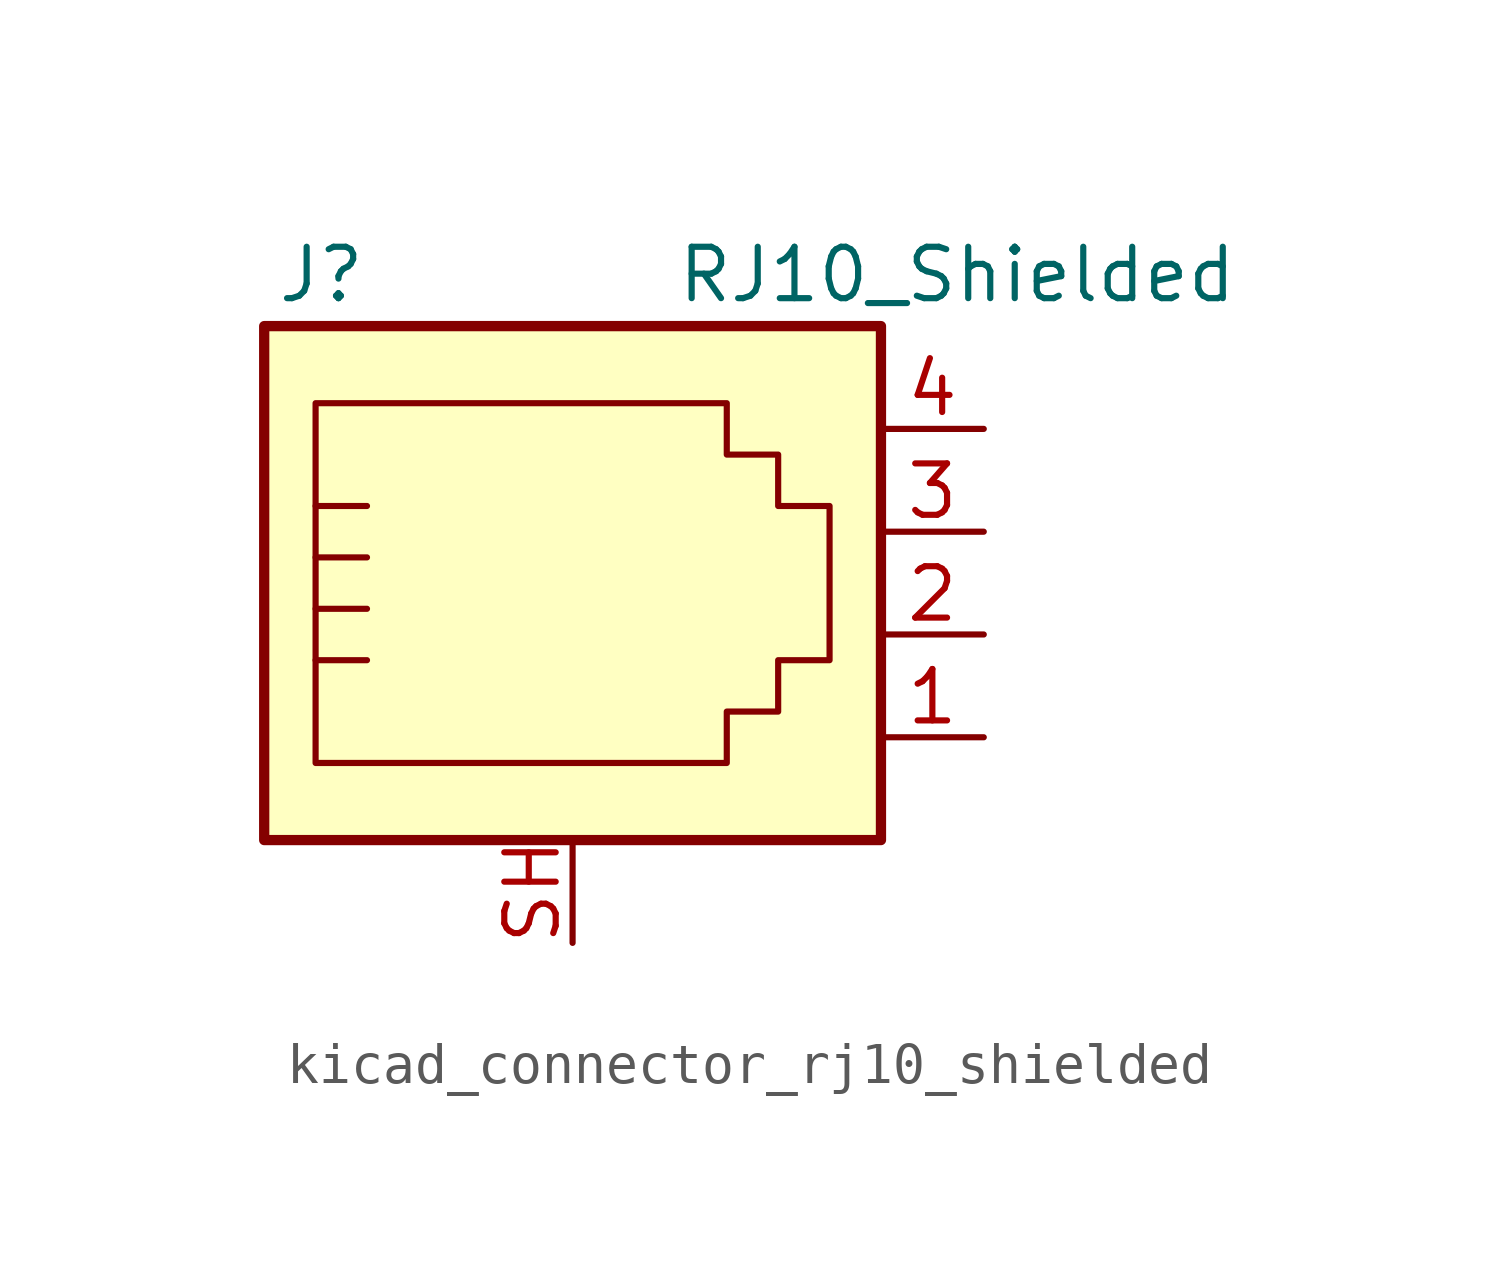
<source format=kicad_sym>
(kicad_symbol_lib
  (version 20220914)
  (generator kicad_symbol_editor)
  (symbol "kicad_connector_rj10_shielded"
    (pin_names
      (offset 1.016))
    (property "Reference" "J"
      (at -5.08 8.89 0)
      (effects (font (size 1.27 1.27)) (justify right)))
    (property "Value" "RJ10_Shielded"
      (at 2.54 8.89 0)
      (effects (font (size 1.27 1.27)) (justify left)))
    (symbol "kicad_connector_rj10_shielded_0_1"
      (polyline (pts (xy -6.35 -0.635) (xy -5.08 -0.635) (xy -5.08 -0.635)) (stroke (width 0) (type default)) (fill (type none)))
      (polyline (pts (xy -6.35 0.635) (xy -5.08 0.635) (xy -5.08 0.635)) (stroke (width 0) (type default)) (fill (type none)))
      (polyline (pts (xy -6.35 1.905) (xy -5.08 1.905) (xy -5.08 1.905)) (stroke (width 0) (type default)) (fill (type none)))
      (polyline (pts (xy -6.35 3.175) (xy -5.08 3.175) (xy -5.08 3.175)) (stroke (width 0) (type default)) (fill (type none)))
      (polyline (pts (xy -6.35 -3.175) (xy -6.35 5.715) (xy -1.27 5.715) (xy 3.81 5.715) (xy 3.81 4.445) (xy 5.08 4.445) (xy 5.08 3.175) (xy 6.35 3.175) (xy 6.35 -0.635) (xy 5.08 -0.635) (xy 5.08 -1.905) (xy 3.81 -1.905) (xy 3.81 -3.175) (xy -6.35 -3.175) (xy -6.35 -3.175)) (stroke (width 0) (type default)) (fill (type none)))
      (rectangle (start 7.62 7.62) (end -7.62 -5.08) (stroke (width 0.254) (type default)) (fill (type background))))
    (symbol "kicad_connector_rj10_shielded_1_1"
      (pin passive line (at 10.16 -2.54 180) (length 2.54) (name "~" (effects (font (size 1.27 1.27)))) (number "1" (effects (font (size 1.27 1.27)))))
      (pin passive line (at 10.16 0 180) (length 2.54) (name "~" (effects (font (size 1.27 1.27)))) (number "2" (effects (font (size 1.27 1.27)))))
      (pin passive line (at 10.16 2.54 180) (length 2.54) (name "~" (effects (font (size 1.27 1.27)))) (number "3" (effects (font (size 1.27 1.27)))))
      (pin passive line (at 10.16 5.08 180) (length 2.54) (name "~" (effects (font (size 1.27 1.27)))) (number "4" (effects (font (size 1.27 1.27)))))
      (pin passive line (at 0 -7.62 90) (length 2.54) (name "~" (effects (font (size 1.27 1.27)))) (number "SH" (effects (font (size 1.27 1.27))))))))
</source>
